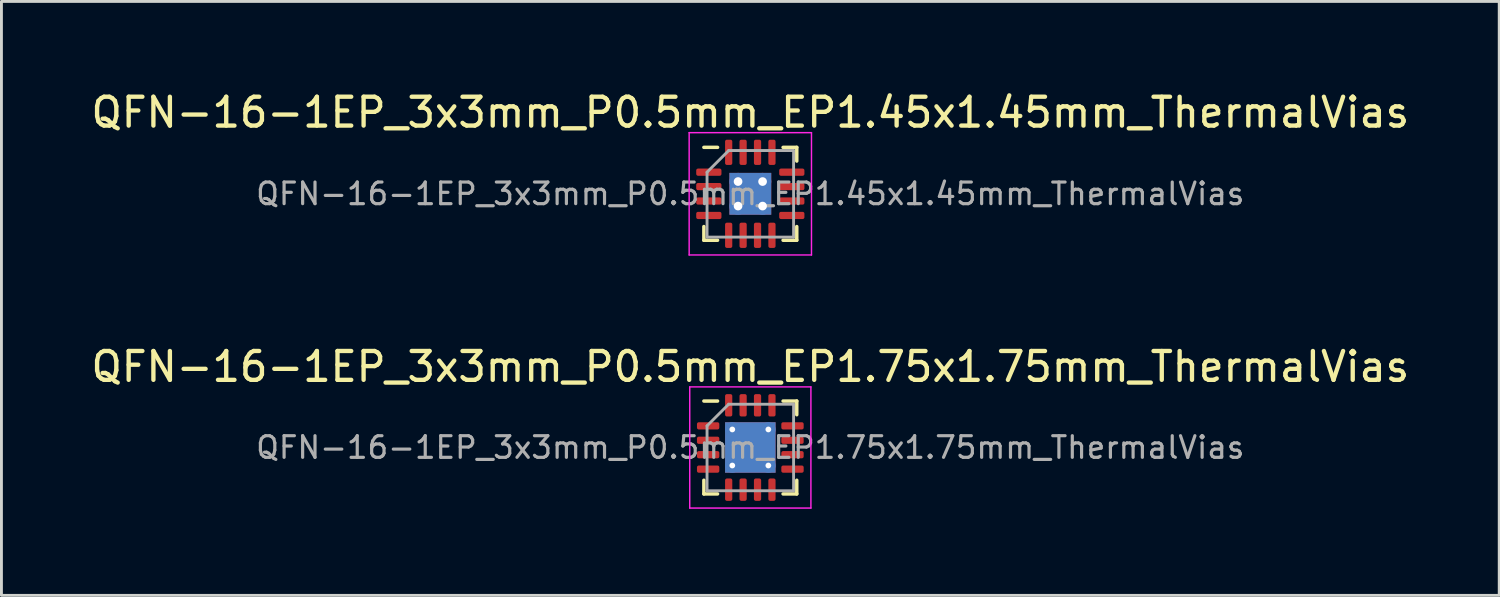
<source format=kicad_pcb>
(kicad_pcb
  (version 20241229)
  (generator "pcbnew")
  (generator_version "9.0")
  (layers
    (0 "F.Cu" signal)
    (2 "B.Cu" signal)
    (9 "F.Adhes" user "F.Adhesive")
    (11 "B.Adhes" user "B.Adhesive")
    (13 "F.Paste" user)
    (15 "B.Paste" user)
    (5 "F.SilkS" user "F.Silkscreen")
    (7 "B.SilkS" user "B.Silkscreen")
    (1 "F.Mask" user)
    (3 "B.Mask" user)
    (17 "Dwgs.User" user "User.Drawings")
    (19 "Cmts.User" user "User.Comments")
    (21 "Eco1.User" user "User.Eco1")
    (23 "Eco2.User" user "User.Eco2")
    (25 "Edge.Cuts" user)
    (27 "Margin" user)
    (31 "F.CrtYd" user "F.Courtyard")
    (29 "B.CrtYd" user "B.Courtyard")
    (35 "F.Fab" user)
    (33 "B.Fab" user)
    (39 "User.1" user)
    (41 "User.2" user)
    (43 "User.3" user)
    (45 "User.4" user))
  (footprint "QFN-16-1EP_3x3mm_P0.5mm_EP1.75x1.75mm_ThermalVias"
    (layer "F.Cu")
    (at 22.958 12.461)
    (property "Reference" "QFN-16-1EP_3x3mm_P0.5mm_EP1.75x1.75mm_ThermalVias" (at 0 -2.8 0) (layer "F.SilkS") (effects (font (size 1 1) (thickness 0.15))))
    (attr smd)
    (fp_line (start -1.61 1.61) (end -1.61 1.135) (stroke (width 0.12) (type solid)) (layer "F.SilkS"))
    (fp_line (start -1.135 -1.61) (end -1.61 -1.61) (stroke (width 0.12) (type solid)) (layer "F.SilkS"))
    (fp_line (start -1.135 1.61) (end -1.61 1.61) (stroke (width 0.12) (type solid)) (layer "F.SilkS"))
    (fp_line (start 1.135 -1.61) (end 1.61 -1.61) (stroke (width 0.12) (type solid)) (layer "F.SilkS"))
    (fp_line (start 1.135 1.61) (end 1.61 1.61) (stroke (width 0.12) (type solid)) (layer "F.SilkS"))
    (fp_line (start 1.61 -1.61) (end 1.61 -1.135) (stroke (width 0.12) (type solid)) (layer "F.SilkS"))
    (fp_line (start 1.61 1.61) (end 1.61 1.135) (stroke (width 0.12) (type solid)) (layer "F.SilkS"))
    (fp_line (start -2.1 -2.1) (end -2.1 2.1) (stroke (width 0.05) (type solid)) (layer "F.CrtYd"))
    (fp_line (start -2.1 2.1) (end 2.1 2.1) (stroke (width 0.05) (type solid)) (layer "F.CrtYd"))
    (fp_line (start 2.1 -2.1) (end -2.1 -2.1) (stroke (width 0.05) (type solid)) (layer "F.CrtYd"))
    (fp_line (start 2.1 2.1) (end 2.1 -2.1) (stroke (width 0.05) (type solid)) (layer "F.CrtYd"))
    (fp_line (start -1.5 -0.75) (end -0.75 -1.5) (stroke (width 0.1) (type solid)) (layer "F.Fab"))
    (fp_line (start -1.5 1.5) (end -1.5 -0.75) (stroke (width 0.1) (type solid)) (layer "F.Fab"))
    (fp_line (start -0.75 -1.5) (end 1.5 -1.5) (stroke (width 0.1) (type solid)) (layer "F.Fab"))
    (fp_line (start 1.5 -1.5) (end 1.5 1.5) (stroke (width 0.1) (type solid)) (layer "F.Fab"))
    (fp_line (start 1.5 1.5) (end -1.5 1.5) (stroke (width 0.1) (type solid)) (layer "F.Fab"))
    (fp_text user "${REFERENCE}" (at 0 0 0) (layer "F.Fab") (effects (font (size 0.75 0.75) (thickness 0.11))))
    (pad "" smd roundrect (at -0.44 -0.44) (size 0.76 0.76) (layers "F.Paste") (roundrect_rratio 0.25))
    (pad "" smd roundrect (at -0.44 0.44) (size 0.76 0.76) (layers "F.Paste") (roundrect_rratio 0.25))
    (pad "" smd roundrect (at 0.44 -0.44) (size 0.76 0.76) (layers "F.Paste") (roundrect_rratio 0.25))
    (pad "" smd roundrect (at 0.44 0.44) (size 0.76 0.76) (layers "F.Paste") (roundrect_rratio 0.25))
    (pad "1" smd roundrect (at -1.462 -0.75) (size 0.775 0.25) (layers "F.Cu" "F.Mask" "F.Paste") (roundrect_rratio 0.25))
    (pad "2" smd roundrect (at -1.462 -0.25) (size 0.775 0.25) (layers "F.Cu" "F.Mask" "F.Paste") (roundrect_rratio 0.25))
    (pad "3" smd roundrect (at -1.462 0.25) (size 0.775 0.25) (layers "F.Cu" "F.Mask" "F.Paste") (roundrect_rratio 0.25))
    (pad "4" smd roundrect (at -1.462 0.75) (size 0.775 0.25) (layers "F.Cu" "F.Mask" "F.Paste") (roundrect_rratio 0.25))
    (pad "5" smd roundrect (at -0.75 1.462) (size 0.25 0.775) (layers "F.Cu" "F.Mask" "F.Paste") (roundrect_rratio 0.25))
    (pad "6" smd roundrect (at -0.25 1.462) (size 0.25 0.775) (layers "F.Cu" "F.Mask" "F.Paste") (roundrect_rratio 0.25))
    (pad "7" smd roundrect (at 0.25 1.462) (size 0.25 0.775) (layers "F.Cu" "F.Mask" "F.Paste") (roundrect_rratio 0.25))
    (pad "8" smd roundrect (at 0.75 1.462) (size 0.25 0.775) (layers "F.Cu" "F.Mask" "F.Paste") (roundrect_rratio 0.25))
    (pad "9" smd roundrect (at 1.462 0.75) (size 0.775 0.25) (layers "F.Cu" "F.Mask" "F.Paste") (roundrect_rratio 0.25))
    (pad "10" smd roundrect (at 1.462 0.25) (size 0.775 0.25) (layers "F.Cu" "F.Mask" "F.Paste") (roundrect_rratio 0.25))
    (pad "11" smd roundrect (at 1.462 -0.25) (size 0.775 0.25) (layers "F.Cu" "F.Mask" "F.Paste") (roundrect_rratio 0.25))
    (pad "12" smd roundrect (at 1.462 -0.75) (size 0.775 0.25) (layers "F.Cu" "F.Mask" "F.Paste") (roundrect_rratio 0.25))
    (pad "13" smd roundrect (at 0.75 -1.462) (size 0.25 0.775) (layers "F.Cu" "F.Mask" "F.Paste") (roundrect_rratio 0.25))
    (pad "14" smd roundrect (at 0.25 -1.462) (size 0.25 0.775) (layers "F.Cu" "F.Mask" "F.Paste") (roundrect_rratio 0.25))
    (pad "15" smd roundrect (at -0.25 -1.462) (size 0.25 0.775) (layers "F.Cu" "F.Mask" "F.Paste") (roundrect_rratio 0.25))
    (pad "16" smd roundrect (at -0.75 -1.462) (size 0.25 0.775) (layers "F.Cu" "F.Mask" "F.Paste") (roundrect_rratio 0.25))
    (pad "17" thru_hole circle (at -0.625 -0.625) (size 0.5 0.5) (drill 0.2) (layers "*.Cu"))
    (pad "17" thru_hole circle (at -0.625 0.625) (size 0.5 0.5) (drill 0.2) (layers "*.Cu"))
    (pad "17" smd rect (at 0 0) (size 1.75 1.75) (layers "F.Cu" "F.Mask"))
    (pad "17" smd rect (at 0 0) (size 1.75 1.75) (layers "B.Cu"))
    (pad "17" thru_hole circle (at 0.625 -0.625) (size 0.5 0.5) (drill 0.2) (layers "*.Cu"))
    (pad "17" thru_hole circle (at 0.625 0.625) (size 0.5 0.5) (drill 0.2) (layers "*.Cu")))
  (footprint "QFN-16-1EP_3x3mm_P0.5mm_EP1.45x1.45mm_ThermalVias"
    (layer "F.Cu")
    (at 22.958 3.668)
    (property "Reference" "QFN-16-1EP_3x3mm_P0.5mm_EP1.45x1.45mm_ThermalVias" (at 0 -2.82 0) (layer "F.SilkS") (effects (font (size 1 1) (thickness 0.15))))
    (attr smd)
    (fp_line (start -1.61 1.61) (end -1.61 1.135) (stroke (width 0.12) (type solid)) (layer "F.SilkS"))
    (fp_line (start -1.135 -1.61) (end -1.61 -1.61) (stroke (width 0.12) (type solid)) (layer "F.SilkS"))
    (fp_line (start -1.135 1.61) (end -1.61 1.61) (stroke (width 0.12) (type solid)) (layer "F.SilkS"))
    (fp_line (start 1.135 -1.61) (end 1.61 -1.61) (stroke (width 0.12) (type solid)) (layer "F.SilkS"))
    (fp_line (start 1.135 1.61) (end 1.61 1.61) (stroke (width 0.12) (type solid)) (layer "F.SilkS"))
    (fp_line (start 1.61 -1.61) (end 1.61 -1.135) (stroke (width 0.12) (type solid)) (layer "F.SilkS"))
    (fp_line (start 1.61 1.61) (end 1.61 1.135) (stroke (width 0.12) (type solid)) (layer "F.SilkS"))
    (fp_line (start -2.12 -2.12) (end -2.12 2.12) (stroke (width 0.05) (type solid)) (layer "F.CrtYd"))
    (fp_line (start -2.12 2.12) (end 2.12 2.12) (stroke (width 0.05) (type solid)) (layer "F.CrtYd"))
    (fp_line (start 2.12 -2.12) (end -2.12 -2.12) (stroke (width 0.05) (type solid)) (layer "F.CrtYd"))
    (fp_line (start 2.12 2.12) (end 2.12 -2.12) (stroke (width 0.05) (type solid)) (layer "F.CrtYd"))
    (fp_line (start -1.5 -0.75) (end -0.75 -1.5) (stroke (width 0.1) (type solid)) (layer "F.Fab"))
    (fp_line (start -1.5 1.5) (end -1.5 -0.75) (stroke (width 0.1) (type solid)) (layer "F.Fab"))
    (fp_line (start -0.75 -1.5) (end 1.5 -1.5) (stroke (width 0.1) (type solid)) (layer "F.Fab"))
    (fp_line (start 1.5 -1.5) (end 1.5 1.5) (stroke (width 0.1) (type solid)) (layer "F.Fab"))
    (fp_line (start 1.5 1.5) (end -1.5 1.5) (stroke (width 0.1) (type solid)) (layer "F.Fab"))
    (fp_text user "${REFERENCE}" (at 0 0 0) (layer "F.Fab") (effects (font (size 0.75 0.75) (thickness 0.11))))
    (pad "" smd roundrect (at -0.36 -0.36) (size 0.63 0.63) (layers "F.Paste") (roundrect_rratio 0.25))
    (pad "" smd roundrect (at -0.36 0.36) (size 0.63 0.63) (layers "F.Paste") (roundrect_rratio 0.25))
    (pad "" smd roundrect (at 0.36 -0.36) (size 0.63 0.63) (layers "F.Paste") (roundrect_rratio 0.25))
    (pad "" smd roundrect (at 0.36 0.36) (size 0.63 0.63) (layers "F.Paste") (roundrect_rratio 0.25))
    (pad "1" smd roundrect (at -1.438 -0.75) (size 0.875 0.25) (layers "F.Cu" "F.Mask" "F.Paste") (roundrect_rratio 0.25))
    (pad "2" smd roundrect (at -1.438 -0.25) (size 0.875 0.25) (layers "F.Cu" "F.Mask" "F.Paste") (roundrect_rratio 0.25))
    (pad "3" smd roundrect (at -1.438 0.25) (size 0.875 0.25) (layers "F.Cu" "F.Mask" "F.Paste") (roundrect_rratio 0.25))
    (pad "4" smd roundrect (at -1.438 0.75) (size 0.875 0.25) (layers "F.Cu" "F.Mask" "F.Paste") (roundrect_rratio 0.25))
    (pad "5" smd roundrect (at -0.75 1.438) (size 0.25 0.875) (layers "F.Cu" "F.Mask" "F.Paste") (roundrect_rratio 0.25))
    (pad "6" smd roundrect (at -0.25 1.438) (size 0.25 0.875) (layers "F.Cu" "F.Mask" "F.Paste") (roundrect_rratio 0.25))
    (pad "7" smd roundrect (at 0.25 1.438) (size 0.25 0.875) (layers "F.Cu" "F.Mask" "F.Paste") (roundrect_rratio 0.25))
    (pad "8" smd roundrect (at 0.75 1.438) (size 0.25 0.875) (layers "F.Cu" "F.Mask" "F.Paste") (roundrect_rratio 0.25))
    (pad "9" smd roundrect (at 1.438 0.75) (size 0.875 0.25) (layers "F.Cu" "F.Mask" "F.Paste") (roundrect_rratio 0.25))
    (pad "10" smd roundrect (at 1.438 0.25) (size 0.875 0.25) (layers "F.Cu" "F.Mask" "F.Paste") (roundrect_rratio 0.25))
    (pad "11" smd roundrect (at 1.438 -0.25) (size 0.875 0.25) (layers "F.Cu" "F.Mask" "F.Paste") (roundrect_rratio 0.25))
    (pad "12" smd roundrect (at 1.438 -0.75) (size 0.875 0.25) (layers "F.Cu" "F.Mask" "F.Paste") (roundrect_rratio 0.25))
    (pad "13" smd roundrect (at 0.75 -1.438) (size 0.25 0.875) (layers "F.Cu" "F.Mask" "F.Paste") (roundrect_rratio 0.25))
    (pad "14" smd roundrect (at 0.25 -1.438) (size 0.25 0.875) (layers "F.Cu" "F.Mask" "F.Paste") (roundrect_rratio 0.25))
    (pad "15" smd roundrect (at -0.25 -1.438) (size 0.25 0.875) (layers "F.Cu" "F.Mask" "F.Paste") (roundrect_rratio 0.25))
    (pad "16" smd roundrect (at -0.75 -1.438) (size 0.25 0.875) (layers "F.Cu" "F.Mask" "F.Paste") (roundrect_rratio 0.25))
    (pad "17" thru_hole circle (at -0.425 -0.425) (size 0.6 0.6) (drill 0.3) (layers "*.Cu"))
    (pad "17" thru_hole circle (at -0.425 0.425) (size 0.6 0.6) (drill 0.3) (layers "*.Cu"))
    (pad "17" smd rect (at 0 0) (size 1.45 1.45) (layers "F.Cu" "F.Mask"))
    (pad "17" smd rect (at 0 0) (size 1.45 1.45) (layers "B.Cu"))
    (pad "17" thru_hole circle (at 0.425 -0.425) (size 0.6 0.6) (drill 0.3) (layers "*.Cu"))
    (pad "17" thru_hole circle (at 0.425 0.425) (size 0.6 0.6) (drill 0.3) (layers "*.Cu")))
  (gr_rect
    (start -3 -3)
    (end 48.917 17.587)
    (stroke (width 0.1) (type default))
    (fill no)
    (layer "Edge.Cuts")))
</source>
